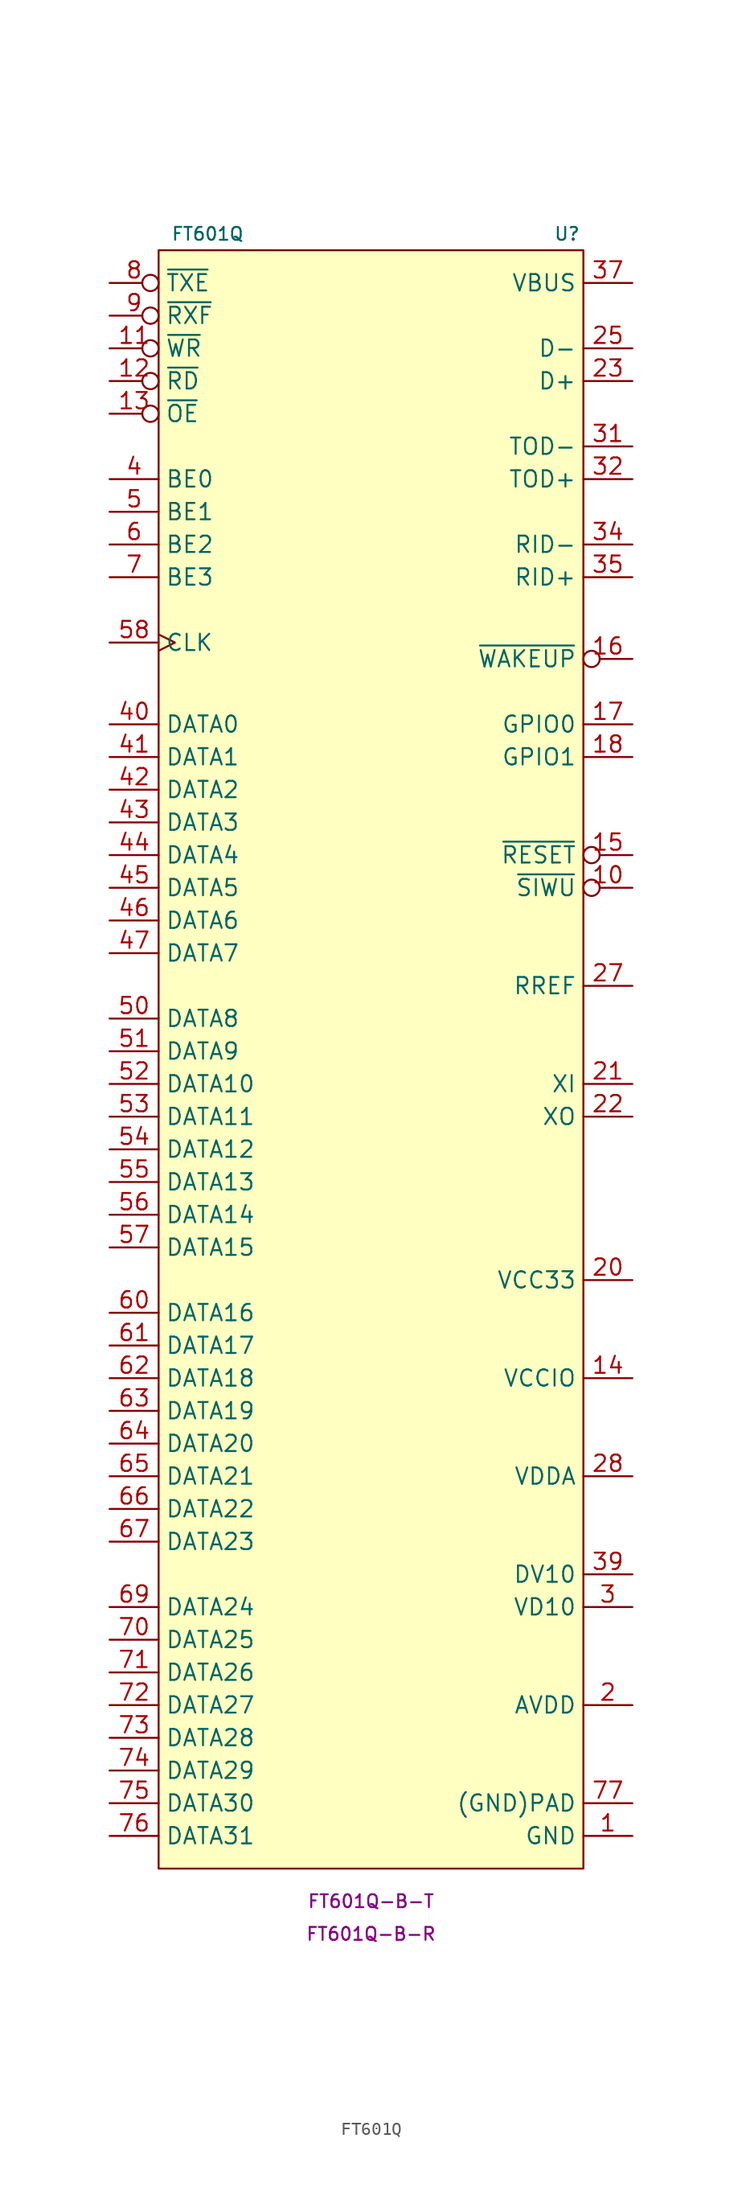
<source format=kicad_sym>
(kicad_symbol_lib
  (version 20231120)
  (generator "kicad_symbol_editor")
  (generator_version "8.0")
  (symbol "FT601Q"
    (property "Reference" "U"
      (at 15.24 63.5 0)
      (effects (font (size 1 1))))
    (property "Value" "FT601Q"
      (at -12.7 63.5 0)
      (effects (font (size 1 1))))
    (property "MPN" "FT601Q-B-T"
      (at 0 -66.04 0)
      (effects (font (size 1 1))))
    (property "MPN2" "FT601Q-B-R"
      (at 0 -68.58 0)
      (effects (font (size 1 1))))
    (symbol "FT601Q_1_1"
      (rectangle (start -16.51 62.23) (end 16.51 -63.5) (stroke (width 0) (type default)) (fill (type background)))
      (pin power_in line (at 20.32 -60.96 180) (length 3.81) (name "GND" (effects (font (size 1.27 1.27)))) (number "1" (effects (font (size 1.27 1.27)))))
      (pin input inverted (at 20.32 12.7 180) (length 3.81) (name "~{SIWU}" (effects (font (size 1.27 1.27)))) (number "10" (effects (font (size 1.27 1.27)))))
      (pin input inverted (at -20.32 54.61 0) (length 3.81) (name "~{WR}" (effects (font (size 1.27 1.27)))) (number "11" (effects (font (size 1.27 1.27)))))
      (pin input inverted (at -20.32 52.07 0) (length 3.81) (name "~{RD}" (effects (font (size 1.27 1.27)))) (number "12" (effects (font (size 1.27 1.27)))))
      (pin input inverted (at -20.32 49.53 0) (length 3.81) (name "~{OE}" (effects (font (size 1.27 1.27)))) (number "13" (effects (font (size 1.27 1.27)))))
      (pin power_in line (at 20.32 -25.4 180) (length 3.81) (name "VCCIO" (effects (font (size 1.27 1.27)))) (number "14" (effects (font (size 1.27 1.27)))))
      (pin input inverted (at 20.32 15.24 180) (length 3.81) (name "~{RESET}" (effects (font (size 1.27 1.27)))) (number "15" (effects (font (size 1.27 1.27)))))
      (pin bidirectional inverted (at 20.32 30.48 180) (length 3.81) (name "~{WAKEUP}" (effects (font (size 1.27 1.27)))) (number "16" (effects (font (size 1.27 1.27)))))
      (pin bidirectional line (at 20.32 25.4 180) (length 3.81) (name "GPIO0" (effects (font (size 1.27 1.27)))) (number "17" (effects (font (size 1.27 1.27)))))
      (pin bidirectional line (at 20.32 22.86 180) (length 3.81) (name "GPIO1" (effects (font (size 1.27 1.27)))) (number "18" (effects (font (size 1.27 1.27)))))
      (pin no_connect line (at 20.32 -12.7 180) (length 3.81) hide (name "RESERVE" (effects (font (size 1.27 1.27)))) (number "19" (effects (font (size 1.27 1.27)))))
      (pin power_in line (at 20.32 -50.8 180) (length 3.81) (name "AVDD" (effects (font (size 1.27 1.27)))) (number "2" (effects (font (size 1.27 1.27)))))
      (pin power_in line (at 20.32 -17.78 180) (length 3.81) (name "VCC33" (effects (font (size 1.27 1.27)))) (number "20" (effects (font (size 1.27 1.27)))))
      (pin input line (at 20.32 -2.54 180) (length 3.81) (name "XI" (effects (font (size 1.27 1.27)))) (number "21" (effects (font (size 1.27 1.27)))))
      (pin output line (at 20.32 -5.08 180) (length 3.81) (name "XO" (effects (font (size 1.27 1.27)))) (number "22" (effects (font (size 1.27 1.27)))))
      (pin bidirectional line (at 20.32 52.07 180) (length 3.81) (name "D+" (effects (font (size 1.27 1.27)))) (number "23" (effects (font (size 1.27 1.27)))))
      (pin power_in line (at 20.32 -17.78 180) (length 3.81) hide (name "VCC33" (effects (font (size 1.27 1.27)))) (number "24" (effects (font (size 1.27 1.27)))))
      (pin bidirectional line (at 20.32 54.61 180) (length 3.81) (name "D-" (effects (font (size 1.27 1.27)))) (number "25" (effects (font (size 1.27 1.27)))))
      (pin power_in line (at 20.32 -60.96 180) (length 3.81) hide (name "GND" (effects (font (size 1.27 1.27)))) (number "26" (effects (font (size 1.27 1.27)))))
      (pin input line (at 20.32 5.08 180) (length 3.81) (name "RREF" (effects (font (size 1.27 1.27)))) (number "27" (effects (font (size 1.27 1.27)))))
      (pin power_in line (at 20.32 -33.02 180) (length 3.81) (name "VDDA" (effects (font (size 1.27 1.27)))) (number "28" (effects (font (size 1.27 1.27)))))
      (pin power_in line (at 20.32 -60.96 180) (length 3.81) hide (name "GND" (effects (font (size 1.27 1.27)))) (number "29" (effects (font (size 1.27 1.27)))))
      (pin power_in line (at 20.32 -43.18 180) (length 3.81) (name "VD10" (effects (font (size 1.27 1.27)))) (number "3" (effects (font (size 1.27 1.27)))))
      (pin power_in line (at 20.32 -43.18 180) (length 3.81) hide (name "VD10" (effects (font (size 1.27 1.27)))) (number "30" (effects (font (size 1.27 1.27)))))
      (pin output line (at 20.32 46.99 180) (length 3.81) (name "TOD-" (effects (font (size 1.27 1.27)))) (number "31" (effects (font (size 1.27 1.27)))))
      (pin output line (at 20.32 44.45 180) (length 3.81) (name "TOD+" (effects (font (size 1.27 1.27)))) (number "32" (effects (font (size 1.27 1.27)))))
      (pin power_in line (at 20.32 -43.18 180) (length 3.81) hide (name "VD10" (effects (font (size 1.27 1.27)))) (number "33" (effects (font (size 1.27 1.27)))))
      (pin input line (at 20.32 39.37 180) (length 3.81) (name "RID-" (effects (font (size 1.27 1.27)))) (number "34" (effects (font (size 1.27 1.27)))))
      (pin input line (at 20.32 36.83 180) (length 3.81) (name "RID+" (effects (font (size 1.27 1.27)))) (number "35" (effects (font (size 1.27 1.27)))))
      (pin power_in line (at 20.32 -60.96 180) (length 3.81) hide (name "GND" (effects (font (size 1.27 1.27)))) (number "36" (effects (font (size 1.27 1.27)))))
      (pin power_in line (at 20.32 59.69 180) (length 3.81) (name "VBUS" (effects (font (size 1.27 1.27)))) (number "37" (effects (font (size 1.27 1.27)))))
      (pin power_in line (at 20.32 -17.78 180) (length 3.81) hide (name "VCC33" (effects (font (size 1.27 1.27)))) (number "38" (effects (font (size 1.27 1.27)))))
      (pin power_out line (at 20.32 -40.64 180) (length 3.81) (name "DV10" (effects (font (size 1.27 1.27)))) (number "39" (effects (font (size 1.27 1.27)))))
      (pin bidirectional line (at -20.32 44.45 0) (length 3.81) (name "BE0" (effects (font (size 1.27 1.27)))) (number "4" (effects (font (size 1.27 1.27)))))
      (pin bidirectional line (at -20.32 25.4 0) (length 3.81) (name "DATA0" (effects (font (size 1.27 1.27)))) (number "40" (effects (font (size 1.27 1.27)))))
      (pin bidirectional line (at -20.32 22.86 0) (length 3.81) (name "DATA1" (effects (font (size 1.27 1.27)))) (number "41" (effects (font (size 1.27 1.27)))))
      (pin bidirectional line (at -20.32 20.32 0) (length 3.81) (name "DATA2" (effects (font (size 1.27 1.27)))) (number "42" (effects (font (size 1.27 1.27)))))
      (pin bidirectional line (at -20.32 17.78 0) (length 3.81) (name "DATA3" (effects (font (size 1.27 1.27)))) (number "43" (effects (font (size 1.27 1.27)))))
      (pin bidirectional line (at -20.32 15.24 0) (length 3.81) (name "DATA4" (effects (font (size 1.27 1.27)))) (number "44" (effects (font (size 1.27 1.27)))))
      (pin bidirectional line (at -20.32 12.7 0) (length 3.81) (name "DATA5" (effects (font (size 1.27 1.27)))) (number "45" (effects (font (size 1.27 1.27)))))
      (pin bidirectional line (at -20.32 10.16 0) (length 3.81) (name "DATA6" (effects (font (size 1.27 1.27)))) (number "46" (effects (font (size 1.27 1.27)))))
      (pin bidirectional line (at -20.32 7.62 0) (length 3.81) (name "DATA7" (effects (font (size 1.27 1.27)))) (number "47" (effects (font (size 1.27 1.27)))))
      (pin power_in line (at 20.32 -43.18 180) (length 3.81) hide (name "VD10" (effects (font (size 1.27 1.27)))) (number "48" (effects (font (size 1.27 1.27)))))
      (pin power_in line (at 20.32 -25.4 180) (length 3.81) hide (name "VCCIO" (effects (font (size 1.27 1.27)))) (number "49" (effects (font (size 1.27 1.27)))))
      (pin bidirectional line (at -20.32 41.91 0) (length 3.81) (name "BE1" (effects (font (size 1.27 1.27)))) (number "5" (effects (font (size 1.27 1.27)))))
      (pin bidirectional line (at -20.32 2.54 0) (length 3.81) (name "DATA8" (effects (font (size 1.27 1.27)))) (number "50" (effects (font (size 1.27 1.27)))))
      (pin bidirectional line (at -20.32 0 0) (length 3.81) (name "DATA9" (effects (font (size 1.27 1.27)))) (number "51" (effects (font (size 1.27 1.27)))))
      (pin bidirectional line (at -20.32 -2.54 0) (length 3.81) (name "DATA10" (effects (font (size 1.27 1.27)))) (number "52" (effects (font (size 1.27 1.27)))))
      (pin bidirectional line (at -20.32 -5.08 0) (length 3.81) (name "DATA11" (effects (font (size 1.27 1.27)))) (number "53" (effects (font (size 1.27 1.27)))))
      (pin bidirectional line (at -20.32 -7.62 0) (length 3.81) (name "DATA12" (effects (font (size 1.27 1.27)))) (number "54" (effects (font (size 1.27 1.27)))))
      (pin bidirectional line (at -20.32 -10.16 0) (length 3.81) (name "DATA13" (effects (font (size 1.27 1.27)))) (number "55" (effects (font (size 1.27 1.27)))))
      (pin bidirectional line (at -20.32 -12.7 0) (length 3.81) (name "DATA14" (effects (font (size 1.27 1.27)))) (number "56" (effects (font (size 1.27 1.27)))))
      (pin bidirectional line (at -20.32 -15.24 0) (length 3.81) (name "DATA15" (effects (font (size 1.27 1.27)))) (number "57" (effects (font (size 1.27 1.27)))))
      (pin output clock (at -20.32 31.75 0) (length 3.81) (name "CLK" (effects (font (size 1.27 1.27)))) (number "58" (effects (font (size 1.27 1.27)))))
      (pin power_in line (at 20.32 -25.4 180) (length 3.81) hide (name "VCCIO" (effects (font (size 1.27 1.27)))) (number "59" (effects (font (size 1.27 1.27)))))
      (pin bidirectional line (at -20.32 39.37 0) (length 3.81) (name "BE2" (effects (font (size 1.27 1.27)))) (number "6" (effects (font (size 1.27 1.27)))))
      (pin bidirectional line (at -20.32 -20.32 0) (length 3.81) (name "DATA16" (effects (font (size 1.27 1.27)))) (number "60" (effects (font (size 1.27 1.27)))))
      (pin bidirectional line (at -20.32 -22.86 0) (length 3.81) (name "DATA17" (effects (font (size 1.27 1.27)))) (number "61" (effects (font (size 1.27 1.27)))))
      (pin bidirectional line (at -20.32 -25.4 0) (length 3.81) (name "DATA18" (effects (font (size 1.27 1.27)))) (number "62" (effects (font (size 1.27 1.27)))))
      (pin bidirectional line (at -20.32 -27.94 0) (length 3.81) (name "DATA19" (effects (font (size 1.27 1.27)))) (number "63" (effects (font (size 1.27 1.27)))))
      (pin bidirectional line (at -20.32 -30.48 0) (length 3.81) (name "DATA20" (effects (font (size 1.27 1.27)))) (number "64" (effects (font (size 1.27 1.27)))))
      (pin bidirectional line (at -20.32 -33.02 0) (length 3.81) (name "DATA21" (effects (font (size 1.27 1.27)))) (number "65" (effects (font (size 1.27 1.27)))))
      (pin bidirectional line (at -20.32 -35.56 0) (length 3.81) (name "DATA22" (effects (font (size 1.27 1.27)))) (number "66" (effects (font (size 1.27 1.27)))))
      (pin bidirectional line (at -20.32 -38.1 0) (length 3.81) (name "DATA23" (effects (font (size 1.27 1.27)))) (number "67" (effects (font (size 1.27 1.27)))))
      (pin power_in line (at 20.32 -25.4 180) (length 3.81) hide (name "VCCIO" (effects (font (size 1.27 1.27)))) (number "68" (effects (font (size 1.27 1.27)))))
      (pin bidirectional line (at -20.32 -43.18 0) (length 3.81) (name "DATA24" (effects (font (size 1.27 1.27)))) (number "69" (effects (font (size 1.27 1.27)))))
      (pin bidirectional line (at -20.32 36.83 0) (length 3.81) (name "BE3" (effects (font (size 1.27 1.27)))) (number "7" (effects (font (size 1.27 1.27)))))
      (pin bidirectional line (at -20.32 -45.72 0) (length 3.81) (name "DATA25" (effects (font (size 1.27 1.27)))) (number "70" (effects (font (size 1.27 1.27)))))
      (pin bidirectional line (at -20.32 -48.26 0) (length 3.81) (name "DATA26" (effects (font (size 1.27 1.27)))) (number "71" (effects (font (size 1.27 1.27)))))
      (pin bidirectional line (at -20.32 -50.8 0) (length 3.81) (name "DATA27" (effects (font (size 1.27 1.27)))) (number "72" (effects (font (size 1.27 1.27)))))
      (pin bidirectional line (at -20.32 -53.34 0) (length 3.81) (name "DATA28" (effects (font (size 1.27 1.27)))) (number "73" (effects (font (size 1.27 1.27)))))
      (pin bidirectional line (at -20.32 -55.88 0) (length 3.81) (name "DATA29" (effects (font (size 1.27 1.27)))) (number "74" (effects (font (size 1.27 1.27)))))
      (pin bidirectional line (at -20.32 -58.42 0) (length 3.81) (name "DATA30" (effects (font (size 1.27 1.27)))) (number "75" (effects (font (size 1.27 1.27)))))
      (pin bidirectional line (at -20.32 -60.96 0) (length 3.81) (name "DATA31" (effects (font (size 1.27 1.27)))) (number "76" (effects (font (size 1.27 1.27)))))
      (pin power_in line (at 20.32 -58.42 180) (length 3.81) (name "(GND)PAD" (effects (font (size 1.27 1.27)))) (number "77" (effects (font (size 1.27 1.27)))))
      (pin output inverted (at -20.32 59.69 0) (length 3.81) (name "~{TXE}" (effects (font (size 1.27 1.27)))) (number "8" (effects (font (size 1.27 1.27)))))
      (pin output inverted (at -20.32 57.15 0) (length 3.81) (name "~{RXF}" (effects (font (size 1.27 1.27)))) (number "9" (effects (font (size 1.27 1.27))))))))
</source>
